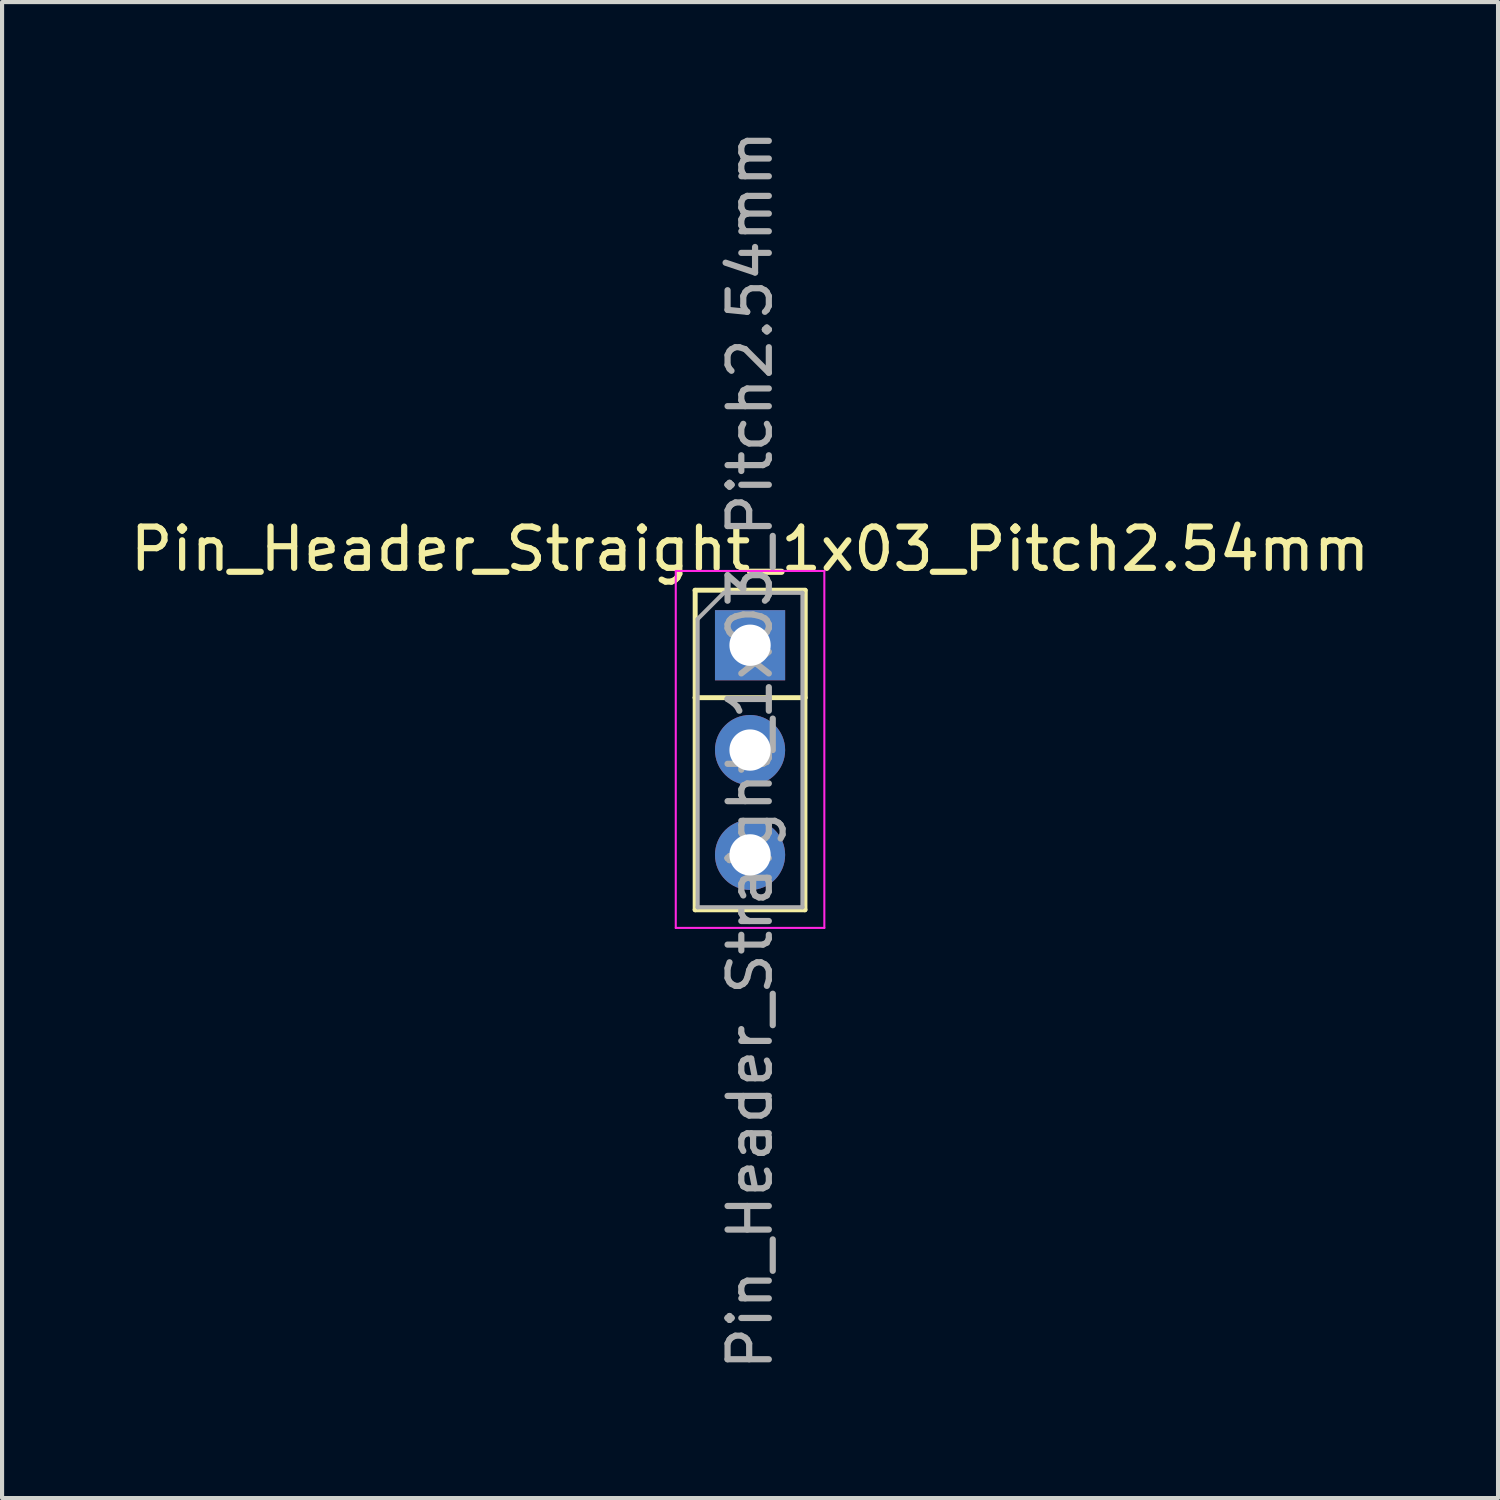
<source format=kicad_pcb>
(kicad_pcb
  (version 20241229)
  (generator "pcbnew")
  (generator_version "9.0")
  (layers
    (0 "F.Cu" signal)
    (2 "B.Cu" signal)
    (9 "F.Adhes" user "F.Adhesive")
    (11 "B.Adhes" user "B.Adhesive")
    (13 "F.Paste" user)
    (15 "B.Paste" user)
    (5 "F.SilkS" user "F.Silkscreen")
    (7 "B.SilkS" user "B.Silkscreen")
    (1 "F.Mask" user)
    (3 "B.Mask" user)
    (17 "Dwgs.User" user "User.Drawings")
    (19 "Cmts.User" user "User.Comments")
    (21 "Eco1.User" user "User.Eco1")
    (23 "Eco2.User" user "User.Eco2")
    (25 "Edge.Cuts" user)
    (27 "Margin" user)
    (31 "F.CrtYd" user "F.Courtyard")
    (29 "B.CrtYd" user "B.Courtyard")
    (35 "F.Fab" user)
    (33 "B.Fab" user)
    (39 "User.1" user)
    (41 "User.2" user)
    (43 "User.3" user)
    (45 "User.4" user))
  (footprint "Pin_Header_Straight_1x03_Pitch2.54mm"
    (layer "F.Cu")
    (at 15.125 12.585)
    (property "Reference" "Pin_Header_Straight_1x03_Pitch2.54mm" (at 0 -2.33 0) (layer "F.SilkS") (effects (font (size 1 1) (thickness 0.15))))
    (attr through_hole)
    (fp_line (start -1.333 -1.333) (end 1.333 -1.333) (stroke (width 0.12) (type solid)) (layer "F.SilkS"))
    (fp_line (start -1.33 1.27) (end -1.33 -1.33) (stroke (width 0.12) (type solid)) (layer "F.SilkS"))
    (fp_line (start -1.33 1.27) (end -1.33 6.41) (stroke (width 0.12) (type solid)) (layer "F.SilkS"))
    (fp_line (start -1.33 1.27) (end 1.33 1.27) (stroke (width 0.12) (type solid)) (layer "F.SilkS"))
    (fp_line (start -1.33 6.41) (end 1.33 6.41) (stroke (width 0.12) (type solid)) (layer "F.SilkS"))
    (fp_line (start 1.33 1.27) (end 1.33 6.41) (stroke (width 0.12) (type solid)) (layer "F.SilkS"))
    (fp_line (start 1.337 1.27) (end 1.337 -1.33) (stroke (width 0.12) (type solid)) (layer "F.SilkS"))
    (fp_line (start -1.8 -1.8) (end -1.8 6.85) (stroke (width 0.05) (type solid)) (layer "F.CrtYd"))
    (fp_line (start -1.8 6.85) (end 1.8 6.85) (stroke (width 0.05) (type solid)) (layer "F.CrtYd"))
    (fp_line (start 1.8 -1.8) (end -1.8 -1.8) (stroke (width 0.05) (type solid)) (layer "F.CrtYd"))
    (fp_line (start 1.8 6.85) (end 1.8 -1.8) (stroke (width 0.05) (type solid)) (layer "F.CrtYd"))
    (fp_line (start -1.27 -0.635) (end -0.635 -1.27) (stroke (width 0.1) (type solid)) (layer "F.Fab"))
    (fp_line (start -1.27 6.35) (end -1.27 -0.635) (stroke (width 0.1) (type solid)) (layer "F.Fab"))
    (fp_line (start -0.635 -1.27) (end 1.27 -1.27) (stroke (width 0.1) (type solid)) (layer "F.Fab"))
    (fp_line (start 1.27 -1.27) (end 1.27 6.35) (stroke (width 0.1) (type solid)) (layer "F.Fab"))
    (fp_line (start 1.27 6.35) (end -1.27 6.35) (stroke (width 0.1) (type solid)) (layer "F.Fab"))
    (fp_text user "${REFERENCE}" (at 0 2.54 90) (layer "F.Fab") (effects (font (size 1 1) (thickness 0.15))))
    (pad "1" thru_hole rect (at 0 0) (size 1.7 1.7) (drill 1) (layers "*.Cu" "*.Mask"))
    (pad "2" thru_hole oval (at 0 2.54) (size 1.7 1.7) (drill 1) (layers "*.Cu" "*.Mask"))
    (pad "3" thru_hole oval (at 0 5.08) (size 1.7 1.7) (drill 1) (layers "*.Cu" "*.Mask")))
  (gr_rect
    (start -3 -3)
    (end 33.25 33.25)
    (stroke (width 0.1) (type default))
    (fill no)
    (layer "Edge.Cuts")))
</source>
